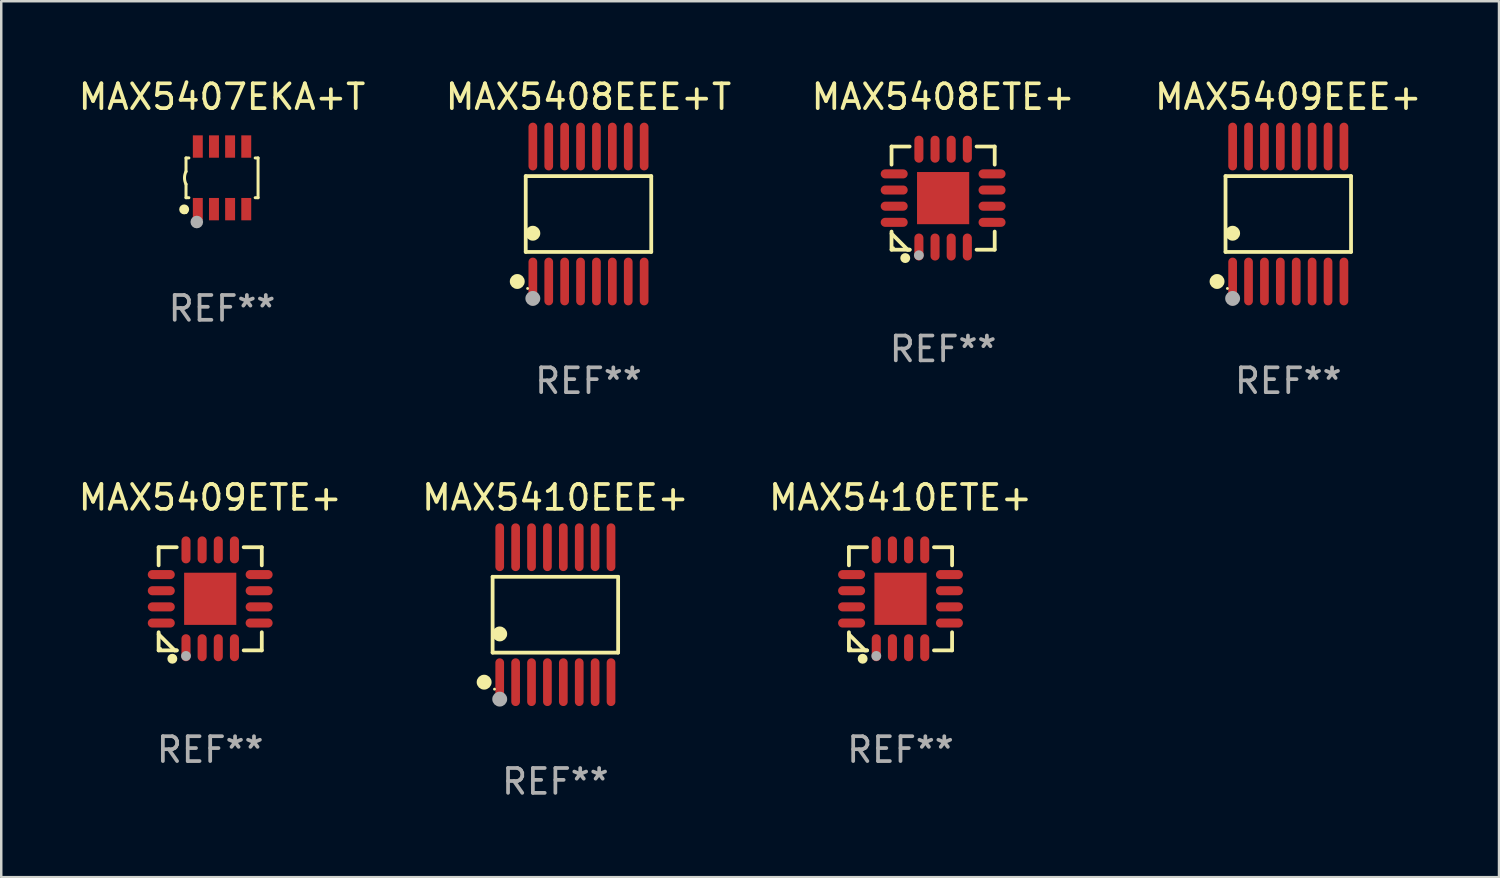
<source format=kicad_pcb>
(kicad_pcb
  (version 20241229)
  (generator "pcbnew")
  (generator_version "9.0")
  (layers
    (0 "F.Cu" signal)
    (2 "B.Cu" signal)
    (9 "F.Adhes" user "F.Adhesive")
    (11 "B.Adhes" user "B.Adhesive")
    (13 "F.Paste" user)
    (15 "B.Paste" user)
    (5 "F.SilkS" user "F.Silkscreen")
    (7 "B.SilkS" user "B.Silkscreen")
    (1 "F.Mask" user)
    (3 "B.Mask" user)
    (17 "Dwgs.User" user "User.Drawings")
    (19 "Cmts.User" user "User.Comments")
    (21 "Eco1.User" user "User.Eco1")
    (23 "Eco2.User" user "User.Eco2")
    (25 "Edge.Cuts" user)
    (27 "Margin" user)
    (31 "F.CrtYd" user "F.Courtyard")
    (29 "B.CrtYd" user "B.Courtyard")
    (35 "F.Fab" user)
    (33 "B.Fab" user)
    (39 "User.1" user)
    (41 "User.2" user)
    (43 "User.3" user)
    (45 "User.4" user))
  (footprint "MAX5410EEE+"
    (layer "F.Cu")
    (at 19.304 21.692)
    (property "Reference" "MAX5410EEE+" (at 0 -4.716 0) (layer "F.SilkS") (effects (font (size 1 1) (thickness 0.15))))
    (attr through_hole)
    (fp_line (start -2.526 -1.526) (end 2.526 -1.526) (stroke (width 0.152) (type solid)) (layer "F.SilkS"))
    (fp_line (start -2.526 1.526) (end -2.526 -1.526) (stroke (width 0.152) (type solid)) (layer "F.SilkS"))
    (fp_line (start 2.526 -1.526) (end 2.526 1.526) (stroke (width 0.152) (type solid)) (layer "F.SilkS"))
    (fp_line (start 2.526 1.526) (end -2.526 1.526) (stroke (width 0.152) (type solid)) (layer "F.SilkS"))
    (fp_circle (center -2.867 2.716) (end -2.717 2.716) (stroke (width 0.3) (type solid)) (fill no) (layer "F.SilkS"))
    (fp_circle (center -2.45 2.997) (end -2.42 2.997) (stroke (width 0.06) (type solid)) (fill no) (layer "F.SilkS"))
    (fp_circle (center -2.24 0.774) (end -2.09 0.774) (stroke (width 0.3) (type solid)) (fill no) (layer "F.SilkS"))
    (fp_circle (center -2.24 3.398) (end -2.09 3.398) (stroke (width 0.3) (type solid)) (fill no) (layer "F.Fab"))
    (fp_text user "REF**" (at 0 6.716 0) (layer "F.Fab") (effects (font (size 1 1) (thickness 0.15))))
    (pad "1" smd oval (at -2.24 2.716) (size 0.35 1.922) (layers "F.Cu" "F.Mask" "F.Paste"))
    (pad "2" smd oval (at -1.6 2.716) (size 0.35 1.922) (layers "F.Cu" "F.Mask" "F.Paste"))
    (pad "3" smd oval (at -0.96 2.716) (size 0.35 1.922) (layers "F.Cu" "F.Mask" "F.Paste"))
    (pad "4" smd oval (at -0.32 2.716) (size 0.35 1.922) (layers "F.Cu" "F.Mask" "F.Paste"))
    (pad "5" smd oval (at 0.32 2.716) (size 0.35 1.922) (layers "F.Cu" "F.Mask" "F.Paste"))
    (pad "6" smd oval (at 0.96 2.716) (size 0.35 1.922) (layers "F.Cu" "F.Mask" "F.Paste"))
    (pad "7" smd oval (at 1.6 2.716) (size 0.35 1.922) (layers "F.Cu" "F.Mask" "F.Paste"))
    (pad "8" smd oval (at 2.24 2.716) (size 0.35 1.922) (layers "F.Cu" "F.Mask" "F.Paste"))
    (pad "9" smd oval (at 2.24 -2.716) (size 0.35 1.922) (layers "F.Cu" "F.Mask" "F.Paste"))
    (pad "10" smd oval (at 1.6 -2.716) (size 0.35 1.922) (layers "F.Cu" "F.Mask" "F.Paste"))
    (pad "11" smd oval (at 0.96 -2.716) (size 0.35 1.922) (layers "F.Cu" "F.Mask" "F.Paste"))
    (pad "12" smd oval (at 0.32 -2.716) (size 0.35 1.922) (layers "F.Cu" "F.Mask" "F.Paste"))
    (pad "13" smd oval (at -0.32 -2.716) (size 0.35 1.922) (layers "F.Cu" "F.Mask" "F.Paste"))
    (pad "14" smd oval (at -0.96 -2.716) (size 0.35 1.922) (layers "F.Cu" "F.Mask" "F.Paste"))
    (pad "15" smd oval (at -1.6 -2.716) (size 0.35 1.922) (layers "F.Cu" "F.Mask" "F.Paste"))
    (pad "16" smd oval (at -2.24 -2.716) (size 0.35 1.922) (layers "F.Cu" "F.Mask" "F.Paste")))
  (footprint "MAX5408EEE+T"
    (layer "F.Cu")
    (at 20.637 5.564)
    (property "Reference" "MAX5408EEE+T" (at 0 -4.716 0) (layer "F.SilkS") (effects (font (size 1 1) (thickness 0.15))))
    (attr through_hole)
    (fp_line (start -2.526 -1.526) (end 2.526 -1.526) (stroke (width 0.152) (type solid)) (layer "F.SilkS"))
    (fp_line (start -2.526 1.526) (end -2.526 -1.526) (stroke (width 0.152) (type solid)) (layer "F.SilkS"))
    (fp_line (start 2.526 -1.526) (end 2.526 1.526) (stroke (width 0.152) (type solid)) (layer "F.SilkS"))
    (fp_line (start 2.526 1.526) (end -2.526 1.526) (stroke (width 0.152) (type solid)) (layer "F.SilkS"))
    (fp_circle (center -2.867 2.716) (end -2.717 2.716) (stroke (width 0.3) (type solid)) (fill no) (layer "F.SilkS"))
    (fp_circle (center -2.45 2.997) (end -2.42 2.997) (stroke (width 0.06) (type solid)) (fill no) (layer "F.SilkS"))
    (fp_circle (center -2.24 0.774) (end -2.09 0.774) (stroke (width 0.3) (type solid)) (fill no) (layer "F.SilkS"))
    (fp_circle (center -2.24 3.398) (end -2.09 3.398) (stroke (width 0.3) (type solid)) (fill no) (layer "F.Fab"))
    (fp_text user "REF**" (at 0 6.716 0) (layer "F.Fab") (effects (font (size 1 1) (thickness 0.15))))
    (pad "1" smd oval (at -2.24 2.716) (size 0.35 1.922) (layers "F.Cu" "F.Mask" "F.Paste"))
    (pad "2" smd oval (at -1.6 2.716) (size 0.35 1.922) (layers "F.Cu" "F.Mask" "F.Paste"))
    (pad "3" smd oval (at -0.96 2.716) (size 0.35 1.922) (layers "F.Cu" "F.Mask" "F.Paste"))
    (pad "4" smd oval (at -0.32 2.716) (size 0.35 1.922) (layers "F.Cu" "F.Mask" "F.Paste"))
    (pad "5" smd oval (at 0.32 2.716) (size 0.35 1.922) (layers "F.Cu" "F.Mask" "F.Paste"))
    (pad "6" smd oval (at 0.96 2.716) (size 0.35 1.922) (layers "F.Cu" "F.Mask" "F.Paste"))
    (pad "7" smd oval (at 1.6 2.716) (size 0.35 1.922) (layers "F.Cu" "F.Mask" "F.Paste"))
    (pad "8" smd oval (at 2.24 2.716) (size 0.35 1.922) (layers "F.Cu" "F.Mask" "F.Paste"))
    (pad "9" smd oval (at 2.24 -2.716) (size 0.35 1.922) (layers "F.Cu" "F.Mask" "F.Paste"))
    (pad "10" smd oval (at 1.6 -2.716) (size 0.35 1.922) (layers "F.Cu" "F.Mask" "F.Paste"))
    (pad "11" smd oval (at 0.96 -2.716) (size 0.35 1.922) (layers "F.Cu" "F.Mask" "F.Paste"))
    (pad "12" smd oval (at 0.32 -2.716) (size 0.35 1.922) (layers "F.Cu" "F.Mask" "F.Paste"))
    (pad "13" smd oval (at -0.32 -2.716) (size 0.35 1.922) (layers "F.Cu" "F.Mask" "F.Paste"))
    (pad "14" smd oval (at -0.96 -2.716) (size 0.35 1.922) (layers "F.Cu" "F.Mask" "F.Paste"))
    (pad "15" smd oval (at -1.6 -2.716) (size 0.35 1.922) (layers "F.Cu" "F.Mask" "F.Paste"))
    (pad "16" smd oval (at -2.24 -2.716) (size 0.35 1.922) (layers "F.Cu" "F.Mask" "F.Paste")))
  (footprint "MAX5408ETE+"
    (layer "F.Cu")
    (at 34.911 4.924)
    (property "Reference" "MAX5408ETE+" (at 0 -4.076 0) (layer "F.SilkS") (effects (font (size 1 1) (thickness 0.15))))
    (attr through_hole)
    (fp_line (start -2.076 -2.076) (end -1.347 -2.076) (stroke (width 0.152) (type solid)) (layer "F.SilkS"))
    (fp_line (start -2.076 -1.347) (end -2.076 -2.076) (stroke (width 0.152) (type solid)) (layer "F.SilkS"))
    (fp_line (start -2.076 1.347) (end -2.076 2.076) (stroke (width 0.152) (type solid)) (layer "F.SilkS"))
    (fp_line (start -2.076 2.076) (end -1.347 2.076) (stroke (width 0.152) (type solid)) (layer "F.SilkS"))
    (fp_line (start -1.429 2.076) (end -2.076 1.429) (stroke (width 0.152) (type solid)) (layer "F.SilkS"))
    (fp_line (start -1.347 2.076) (end -1.429 2.076) (stroke (width 0.152) (type solid)) (layer "F.SilkS"))
    (fp_line (start 2.076 -2.076) (end 1.347 -2.076) (stroke (width 0.152) (type solid)) (layer "F.SilkS"))
    (fp_line (start 2.076 -1.347) (end 2.076 -2.076) (stroke (width 0.152) (type solid)) (layer "F.SilkS"))
    (fp_line (start 2.076 1.347) (end 2.076 2.076) (stroke (width 0.152) (type solid)) (layer "F.SilkS"))
    (fp_line (start 2.076 2.076) (end 1.347 2.076) (stroke (width 0.152) (type solid)) (layer "F.SilkS"))
    (fp_circle (center -2 2) (end -1.97 2) (stroke (width 0.06) (type solid)) (fill no) (layer "F.SilkS"))
    (fp_circle (center -1.524 2.413) (end -1.424 2.413) (stroke (width 0.2) (type solid)) (fill no) (layer "F.SilkS"))
    (fp_circle (center -0.975 2.3) (end -0.875 2.3) (stroke (width 0.2) (type solid)) (fill no) (layer "F.Fab"))
    (fp_text user "REF**" (at 0 6.076 0) (layer "F.Fab") (effects (font (size 1 1) (thickness 0.15))))
    (pad "1" smd oval (at -0.975 1.969) (size 0.364 1.087) (layers "F.Cu" "F.Mask" "F.Paste"))
    (pad "2" smd oval (at -0.325 1.969) (size 0.364 1.087) (layers "F.Cu" "F.Mask" "F.Paste"))
    (pad "3" smd oval (at 0.325 1.969) (size 0.364 1.087) (layers "F.Cu" "F.Mask" "F.Paste"))
    (pad "4" smd oval (at 0.975 1.969) (size 0.364 1.087) (layers "F.Cu" "F.Mask" "F.Paste"))
    (pad "5" smd oval (at 1.969 0.975) (size 1.087 0.364) (layers "F.Cu" "F.Mask" "F.Paste"))
    (pad "6" smd oval (at 1.969 0.325) (size 1.087 0.364) (layers "F.Cu" "F.Mask" "F.Paste"))
    (pad "7" smd oval (at 1.969 -0.325) (size 1.087 0.364) (layers "F.Cu" "F.Mask" "F.Paste"))
    (pad "8" smd oval (at 1.969 -0.975) (size 1.087 0.364) (layers "F.Cu" "F.Mask" "F.Paste"))
    (pad "9" smd oval (at 0.975 -1.969) (size 0.364 1.087) (layers "F.Cu" "F.Mask" "F.Paste"))
    (pad "10" smd oval (at 0.325 -1.969) (size 0.364 1.087) (layers "F.Cu" "F.Mask" "F.Paste"))
    (pad "11" smd oval (at -0.325 -1.969) (size 0.364 1.087) (layers "F.Cu" "F.Mask" "F.Paste"))
    (pad "12" smd oval (at -0.975 -1.969) (size 0.364 1.087) (layers "F.Cu" "F.Mask" "F.Paste"))
    (pad "13" smd oval (at -1.969 -0.975) (size 1.087 0.364) (layers "F.Cu" "F.Mask" "F.Paste"))
    (pad "14" smd oval (at -1.969 -0.325) (size 1.087 0.364) (layers "F.Cu" "F.Mask" "F.Paste"))
    (pad "15" smd oval (at -1.969 0.325) (size 1.087 0.364) (layers "F.Cu" "F.Mask" "F.Paste"))
    (pad "16" smd oval (at -1.969 0.975) (size 1.087 0.364) (layers "F.Cu" "F.Mask" "F.Paste"))
    (pad "17" smd rect (at 0 0) (size 2.1 2.1) (layers "F.Cu" "F.Mask" "F.Paste")))
  (footprint "MAX5409ETE+"
    (layer "F.Cu")
    (at 5.411 21.052)
    (property "Reference" "MAX5409ETE+" (at 0 -4.076 0) (layer "F.SilkS") (effects (font (size 1 1) (thickness 0.15))))
    (attr through_hole)
    (fp_line (start -2.076 -2.076) (end -1.347 -2.076) (stroke (width 0.152) (type solid)) (layer "F.SilkS"))
    (fp_line (start -2.076 -1.347) (end -2.076 -2.076) (stroke (width 0.152) (type solid)) (layer "F.SilkS"))
    (fp_line (start -2.076 1.347) (end -2.076 2.076) (stroke (width 0.152) (type solid)) (layer "F.SilkS"))
    (fp_line (start -2.076 2.076) (end -1.347 2.076) (stroke (width 0.152) (type solid)) (layer "F.SilkS"))
    (fp_line (start -1.429 2.076) (end -2.076 1.429) (stroke (width 0.152) (type solid)) (layer "F.SilkS"))
    (fp_line (start -1.347 2.076) (end -1.429 2.076) (stroke (width 0.152) (type solid)) (layer "F.SilkS"))
    (fp_line (start 2.076 -2.076) (end 1.347 -2.076) (stroke (width 0.152) (type solid)) (layer "F.SilkS"))
    (fp_line (start 2.076 -1.347) (end 2.076 -2.076) (stroke (width 0.152) (type solid)) (layer "F.SilkS"))
    (fp_line (start 2.076 1.347) (end 2.076 2.076) (stroke (width 0.152) (type solid)) (layer "F.SilkS"))
    (fp_line (start 2.076 2.076) (end 1.347 2.076) (stroke (width 0.152) (type solid)) (layer "F.SilkS"))
    (fp_circle (center -2 2) (end -1.97 2) (stroke (width 0.06) (type solid)) (fill no) (layer "F.SilkS"))
    (fp_circle (center -1.524 2.413) (end -1.424 2.413) (stroke (width 0.2) (type solid)) (fill no) (layer "F.SilkS"))
    (fp_circle (center -0.975 2.3) (end -0.875 2.3) (stroke (width 0.2) (type solid)) (fill no) (layer "F.Fab"))
    (fp_text user "REF**" (at 0 6.076 0) (layer "F.Fab") (effects (font (size 1 1) (thickness 0.15))))
    (pad "1" smd oval (at -0.975 1.969) (size 0.364 1.087) (layers "F.Cu" "F.Mask" "F.Paste"))
    (pad "2" smd oval (at -0.325 1.969) (size 0.364 1.087) (layers "F.Cu" "F.Mask" "F.Paste"))
    (pad "3" smd oval (at 0.325 1.969) (size 0.364 1.087) (layers "F.Cu" "F.Mask" "F.Paste"))
    (pad "4" smd oval (at 0.975 1.969) (size 0.364 1.087) (layers "F.Cu" "F.Mask" "F.Paste"))
    (pad "5" smd oval (at 1.969 0.975) (size 1.087 0.364) (layers "F.Cu" "F.Mask" "F.Paste"))
    (pad "6" smd oval (at 1.969 0.325) (size 1.087 0.364) (layers "F.Cu" "F.Mask" "F.Paste"))
    (pad "7" smd oval (at 1.969 -0.325) (size 1.087 0.364) (layers "F.Cu" "F.Mask" "F.Paste"))
    (pad "8" smd oval (at 1.969 -0.975) (size 1.087 0.364) (layers "F.Cu" "F.Mask" "F.Paste"))
    (pad "9" smd oval (at 0.975 -1.969) (size 0.364 1.087) (layers "F.Cu" "F.Mask" "F.Paste"))
    (pad "10" smd oval (at 0.325 -1.969) (size 0.364 1.087) (layers "F.Cu" "F.Mask" "F.Paste"))
    (pad "11" smd oval (at -0.325 -1.969) (size 0.364 1.087) (layers "F.Cu" "F.Mask" "F.Paste"))
    (pad "12" smd oval (at -0.975 -1.969) (size 0.364 1.087) (layers "F.Cu" "F.Mask" "F.Paste"))
    (pad "13" smd oval (at -1.969 -0.975) (size 1.087 0.364) (layers "F.Cu" "F.Mask" "F.Paste"))
    (pad "14" smd oval (at -1.969 -0.325) (size 1.087 0.364) (layers "F.Cu" "F.Mask" "F.Paste"))
    (pad "15" smd oval (at -1.969 0.325) (size 1.087 0.364) (layers "F.Cu" "F.Mask" "F.Paste"))
    (pad "16" smd oval (at -1.969 0.975) (size 1.087 0.364) (layers "F.Cu" "F.Mask" "F.Paste"))
    (pad "17" smd rect (at 0 0) (size 2.1 2.1) (layers "F.Cu" "F.Mask" "F.Paste")))
  (footprint "MAX5409EEE+"
    (layer "F.Cu")
    (at 48.804 5.564)
    (property "Reference" "MAX5409EEE+" (at 0 -4.716 0) (layer "F.SilkS") (effects (font (size 1 1) (thickness 0.15))))
    (attr through_hole)
    (fp_line (start -2.526 -1.526) (end 2.526 -1.526) (stroke (width 0.152) (type solid)) (layer "F.SilkS"))
    (fp_line (start -2.526 1.526) (end -2.526 -1.526) (stroke (width 0.152) (type solid)) (layer "F.SilkS"))
    (fp_line (start 2.526 -1.526) (end 2.526 1.526) (stroke (width 0.152) (type solid)) (layer "F.SilkS"))
    (fp_line (start 2.526 1.526) (end -2.526 1.526) (stroke (width 0.152) (type solid)) (layer "F.SilkS"))
    (fp_circle (center -2.867 2.716) (end -2.717 2.716) (stroke (width 0.3) (type solid)) (fill no) (layer "F.SilkS"))
    (fp_circle (center -2.45 2.997) (end -2.42 2.997) (stroke (width 0.06) (type solid)) (fill no) (layer "F.SilkS"))
    (fp_circle (center -2.24 0.774) (end -2.09 0.774) (stroke (width 0.3) (type solid)) (fill no) (layer "F.SilkS"))
    (fp_circle (center -2.24 3.398) (end -2.09 3.398) (stroke (width 0.3) (type solid)) (fill no) (layer "F.Fab"))
    (fp_text user "REF**" (at 0 6.716 0) (layer "F.Fab") (effects (font (size 1 1) (thickness 0.15))))
    (pad "1" smd oval (at -2.24 2.716) (size 0.35 1.922) (layers "F.Cu" "F.Mask" "F.Paste"))
    (pad "2" smd oval (at -1.6 2.716) (size 0.35 1.922) (layers "F.Cu" "F.Mask" "F.Paste"))
    (pad "3" smd oval (at -0.96 2.716) (size 0.35 1.922) (layers "F.Cu" "F.Mask" "F.Paste"))
    (pad "4" smd oval (at -0.32 2.716) (size 0.35 1.922) (layers "F.Cu" "F.Mask" "F.Paste"))
    (pad "5" smd oval (at 0.32 2.716) (size 0.35 1.922) (layers "F.Cu" "F.Mask" "F.Paste"))
    (pad "6" smd oval (at 0.96 2.716) (size 0.35 1.922) (layers "F.Cu" "F.Mask" "F.Paste"))
    (pad "7" smd oval (at 1.6 2.716) (size 0.35 1.922) (layers "F.Cu" "F.Mask" "F.Paste"))
    (pad "8" smd oval (at 2.24 2.716) (size 0.35 1.922) (layers "F.Cu" "F.Mask" "F.Paste"))
    (pad "9" smd oval (at 2.24 -2.716) (size 0.35 1.922) (layers "F.Cu" "F.Mask" "F.Paste"))
    (pad "10" smd oval (at 1.6 -2.716) (size 0.35 1.922) (layers "F.Cu" "F.Mask" "F.Paste"))
    (pad "11" smd oval (at 0.96 -2.716) (size 0.35 1.922) (layers "F.Cu" "F.Mask" "F.Paste"))
    (pad "12" smd oval (at 0.32 -2.716) (size 0.35 1.922) (layers "F.Cu" "F.Mask" "F.Paste"))
    (pad "13" smd oval (at -0.32 -2.716) (size 0.35 1.922) (layers "F.Cu" "F.Mask" "F.Paste"))
    (pad "14" smd oval (at -0.96 -2.716) (size 0.35 1.922) (layers "F.Cu" "F.Mask" "F.Paste"))
    (pad "15" smd oval (at -1.6 -2.716) (size 0.35 1.922) (layers "F.Cu" "F.Mask" "F.Paste"))
    (pad "16" smd oval (at -2.24 -2.716) (size 0.35 1.922) (layers "F.Cu" "F.Mask" "F.Paste")))
  (footprint "MAX5407EKA+T"
    (layer "F.Cu")
    (at 5.887 4.108)
    (property "Reference" "MAX5407EKA+T" (at 0 -3.26 0) (layer "F.SilkS") (effects (font (size 1 1) (thickness 0.15))))
    (attr through_hole)
    (fp_line (start -1.45 -0.8) (end -1.45 -0.254) (stroke (width 0.12) (type solid)) (layer "F.SilkS"))
    (fp_line (start -1.45 -0.8) (end -1.334 -0.8) (stroke (width 0.12) (type solid)) (layer "F.SilkS"))
    (fp_line (start -1.45 0.8) (end -1.45 0.254) (stroke (width 0.12) (type solid)) (layer "F.SilkS"))
    (fp_line (start -1.45 0.8) (end -1.334 0.8) (stroke (width 0.12) (type solid)) (layer "F.SilkS"))
    (fp_line (start 1.334 -0.8) (end 1.45 -0.8) (stroke (width 0.12) (type solid)) (layer "F.SilkS"))
    (fp_line (start 1.334 0.8) (end 1.45 0.8) (stroke (width 0.12) (type solid)) (layer "F.SilkS"))
    (fp_line (start 1.45 0.8) (end 1.45 -0.8) (stroke (width 0.12) (type solid)) (layer "F.SilkS"))
    (fp_arc (start -1.45075 0.255144) (mid -1.510605 0.000434) (end -1.450013 -0.254102) (stroke (width 0.11999) (type solid)) (layer "F.SilkS"))
    (fp_circle (center -1.524 1.27) (end -1.424 1.27) (stroke (width 0.2) (type solid)) (fill no) (layer "F.SilkS"))
    (fp_circle (center -1.45 1.4) (end -1.42 1.4) (stroke (width 0.06) (type solid)) (fill no) (layer "F.SilkS"))
    (fp_circle (center -1.016 1.778) (end -0.889 1.778) (stroke (width 0.254) (type solid)) (fill no) (layer "F.Fab"))
    (fp_text user "REF**" (at 0 5.26 0) (layer "F.Fab") (effects (font (size 1 1) (thickness 0.15))))
    (pad "1" smd rect (at -0.975 1.26) (size 0.4 0.9) (layers "F.Cu" "F.Mask" "F.Paste"))
    (pad "2" smd rect (at -0.325 1.26) (size 0.4 0.9) (layers "F.Cu" "F.Mask" "F.Paste"))
    (pad "3" smd rect (at 0.325 1.26) (size 0.4 0.9) (layers "F.Cu" "F.Mask" "F.Paste"))
    (pad "4" smd rect (at 0.975 1.26) (size 0.4 0.9) (layers "F.Cu" "F.Mask" "F.Paste"))
    (pad "5" smd rect (at 0.975 -1.26) (size 0.4 0.9) (layers "F.Cu" "F.Mask" "F.Paste"))
    (pad "6" smd rect (at 0.325 -1.26) (size 0.4 0.9) (layers "F.Cu" "F.Mask" "F.Paste"))
    (pad "7" smd rect (at -0.325 -1.26) (size 0.4 0.9) (layers "F.Cu" "F.Mask" "F.Paste"))
    (pad "8" smd rect (at -0.975 -1.26) (size 0.4 0.9) (layers "F.Cu" "F.Mask" "F.Paste")))
  (footprint "MAX5410ETE+"
    (layer "F.Cu")
    (at 33.196 21.052)
    (property "Reference" "MAX5410ETE+" (at 0 -4.076 0) (layer "F.SilkS") (effects (font (size 1 1) (thickness 0.15))))
    (attr through_hole)
    (fp_line (start -2.076 -2.076) (end -1.347 -2.076) (stroke (width 0.152) (type solid)) (layer "F.SilkS"))
    (fp_line (start -2.076 -1.347) (end -2.076 -2.076) (stroke (width 0.152) (type solid)) (layer "F.SilkS"))
    (fp_line (start -2.076 1.347) (end -2.076 2.076) (stroke (width 0.152) (type solid)) (layer "F.SilkS"))
    (fp_line (start -2.076 2.076) (end -1.347 2.076) (stroke (width 0.152) (type solid)) (layer "F.SilkS"))
    (fp_line (start -1.429 2.076) (end -2.076 1.429) (stroke (width 0.152) (type solid)) (layer "F.SilkS"))
    (fp_line (start -1.347 2.076) (end -1.429 2.076) (stroke (width 0.152) (type solid)) (layer "F.SilkS"))
    (fp_line (start 2.076 -2.076) (end 1.347 -2.076) (stroke (width 0.152) (type solid)) (layer "F.SilkS"))
    (fp_line (start 2.076 -1.347) (end 2.076 -2.076) (stroke (width 0.152) (type solid)) (layer "F.SilkS"))
    (fp_line (start 2.076 1.347) (end 2.076 2.076) (stroke (width 0.152) (type solid)) (layer "F.SilkS"))
    (fp_line (start 2.076 2.076) (end 1.347 2.076) (stroke (width 0.152) (type solid)) (layer "F.SilkS"))
    (fp_circle (center -2 2) (end -1.97 2) (stroke (width 0.06) (type solid)) (fill no) (layer "F.SilkS"))
    (fp_circle (center -1.524 2.413) (end -1.424 2.413) (stroke (width 0.2) (type solid)) (fill no) (layer "F.SilkS"))
    (fp_circle (center -0.975 2.3) (end -0.875 2.3) (stroke (width 0.2) (type solid)) (fill no) (layer "F.Fab"))
    (fp_text user "REF**" (at 0 6.076 0) (layer "F.Fab") (effects (font (size 1 1) (thickness 0.15))))
    (pad "1" smd oval (at -0.975 1.969) (size 0.364 1.087) (layers "F.Cu" "F.Mask" "F.Paste"))
    (pad "2" smd oval (at -0.325 1.969) (size 0.364 1.087) (layers "F.Cu" "F.Mask" "F.Paste"))
    (pad "3" smd oval (at 0.325 1.969) (size 0.364 1.087) (layers "F.Cu" "F.Mask" "F.Paste"))
    (pad "4" smd oval (at 0.975 1.969) (size 0.364 1.087) (layers "F.Cu" "F.Mask" "F.Paste"))
    (pad "5" smd oval (at 1.969 0.975) (size 1.087 0.364) (layers "F.Cu" "F.Mask" "F.Paste"))
    (pad "6" smd oval (at 1.969 0.325) (size 1.087 0.364) (layers "F.Cu" "F.Mask" "F.Paste"))
    (pad "7" smd oval (at 1.969 -0.325) (size 1.087 0.364) (layers "F.Cu" "F.Mask" "F.Paste"))
    (pad "8" smd oval (at 1.969 -0.975) (size 1.087 0.364) (layers "F.Cu" "F.Mask" "F.Paste"))
    (pad "9" smd oval (at 0.975 -1.969) (size 0.364 1.087) (layers "F.Cu" "F.Mask" "F.Paste"))
    (pad "10" smd oval (at 0.325 -1.969) (size 0.364 1.087) (layers "F.Cu" "F.Mask" "F.Paste"))
    (pad "11" smd oval (at -0.325 -1.969) (size 0.364 1.087) (layers "F.Cu" "F.Mask" "F.Paste"))
    (pad "12" smd oval (at -0.975 -1.969) (size 0.364 1.087) (layers "F.Cu" "F.Mask" "F.Paste"))
    (pad "13" smd oval (at -1.969 -0.975) (size 1.087 0.364) (layers "F.Cu" "F.Mask" "F.Paste"))
    (pad "14" smd oval (at -1.969 -0.325) (size 1.087 0.364) (layers "F.Cu" "F.Mask" "F.Paste"))
    (pad "15" smd oval (at -1.969 0.325) (size 1.087 0.364) (layers "F.Cu" "F.Mask" "F.Paste"))
    (pad "16" smd oval (at -1.969 0.975) (size 1.087 0.364) (layers "F.Cu" "F.Mask" "F.Paste"))
    (pad "17" smd rect (at 0 0) (size 2.1 2.1) (layers "F.Cu" "F.Mask" "F.Paste")))
  (gr_rect
    (start -3 -3)
    (end 57.286 32.256)
    (stroke (width 0.1) (type default))
    (fill no)
    (layer "Edge.Cuts")))
</source>
